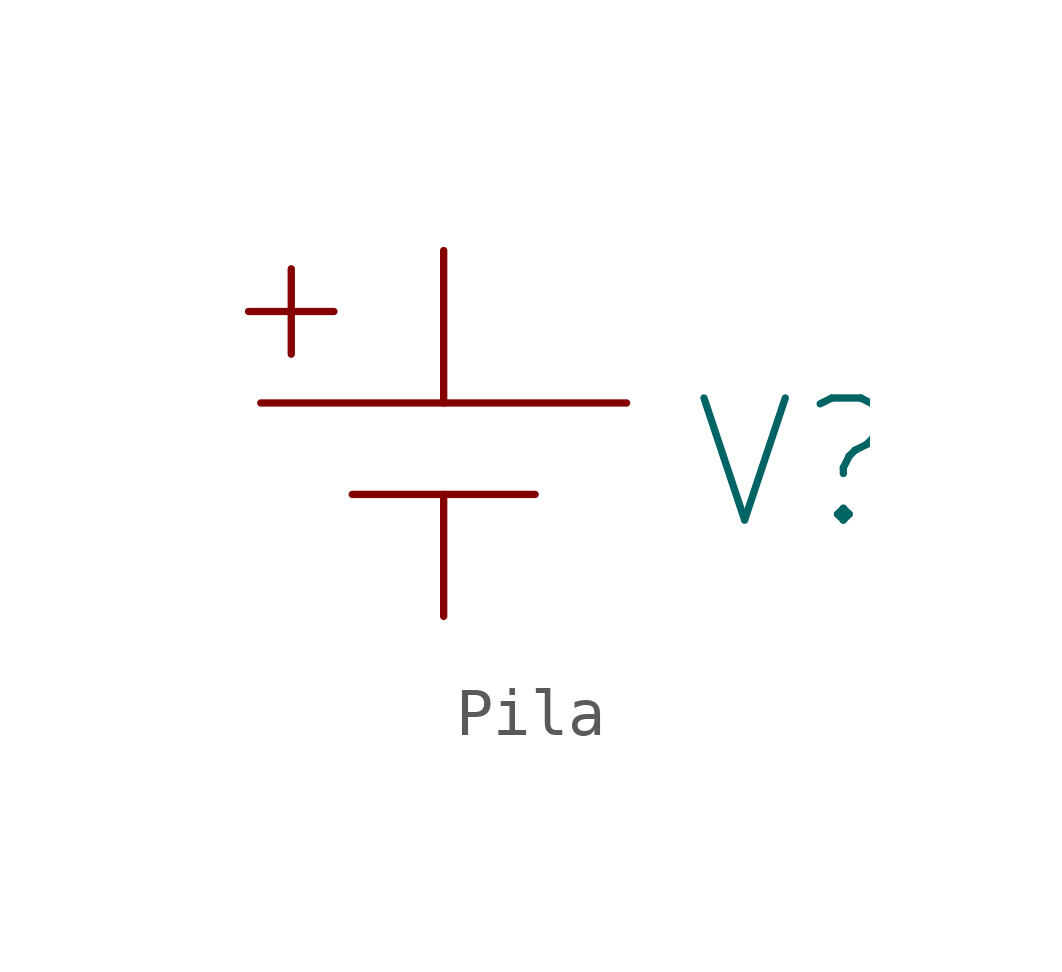
<source format=kicad_sym>
(kicad_symbol_lib
  (version 20231120)
  (generator "kicad_symbol_editor")
  (generator_version "8.0")
  (symbol "Pila"
    (pin_names
      (offset 1.016))
    (property "Reference" "V"
      (at 5.08 -4.445 0)
      (effects (font (size 2.54 2.54)) (justify left)))
    (symbol "Pila_0_1"
      (polyline (pts (xy -4.064 -1.27) (xy -2.286 -1.27)) (stroke (width 0) (type default)) (fill (type none)))
      (polyline (pts (xy -3.81 -3.175) (xy 3.81 -3.175)) (stroke (width 0) (type default)) (fill (type none)))
      (polyline (pts (xy -3.175 -0.381) (xy -3.175 -2.159)) (stroke (width 0) (type default)) (fill (type none)))
      (polyline (pts (xy -1.905 -5.08) (xy 1.905 -5.08)) (stroke (width 0) (type default)) (fill (type none))))
    (symbol "Pila_1_1"
      (pin input line (at 0 -7.62 90) (length 2.54) (name "" (effects (font (size 1.27 1.27)))) (number "" (effects (font (size 1.143 1.143)))))
      (pin input line (at 0 0 270) (length 3.175) (name "" (effects (font (size 1.27 1.27)))) (number "" (effects (font (size 1.143 1.143))))))))
</source>
